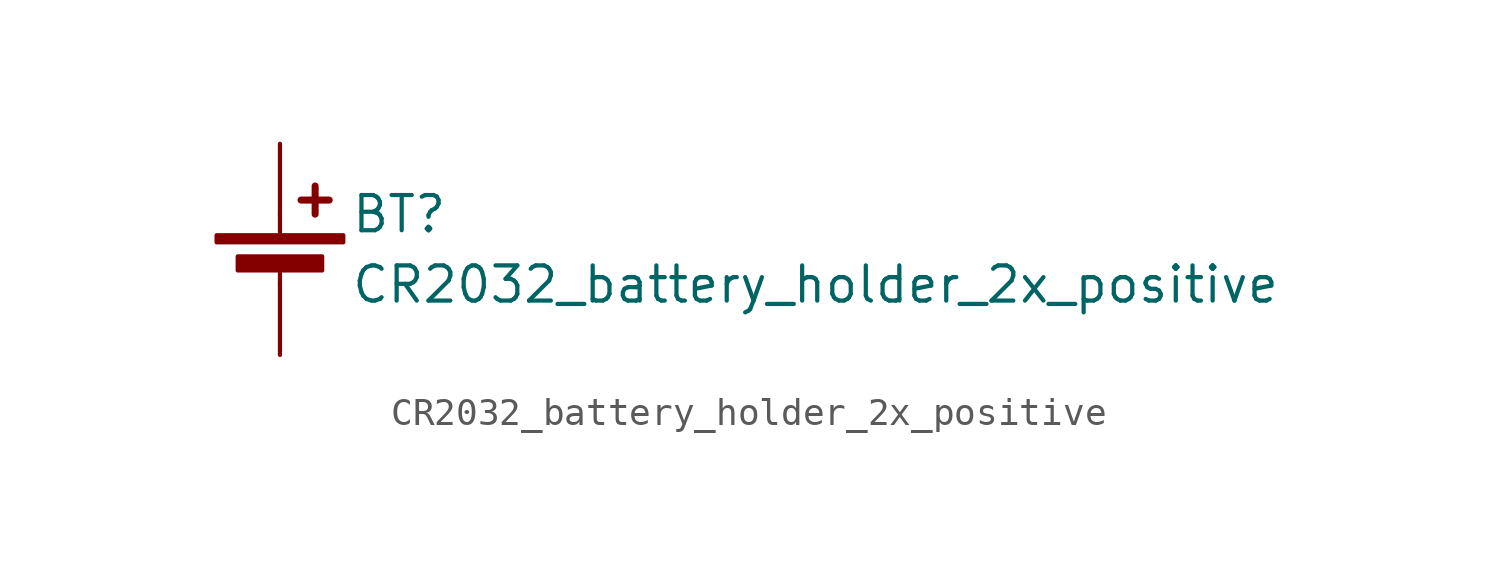
<source format=kicad_sym>
(kicad_symbol_lib
  (version 20231120)
  (generator "kicad_symbol_editor")
  (generator_version "8.0")
  (symbol "CR2032_battery_holder_2x_positive"
    (pin_numbers hide)
    (pin_names
      (offset 0) hide)
    (property "Reference" "BT"
      (at 2.54 2.54 0)
      (effects (font (size 1.27 1.27)) (justify left)))
    (property "Value" "CR2032_battery_holder_2x_positive"
      (at 2.54 0 0)
      (effects (font (size 1.27 1.27)) (justify left)))
    (symbol "CR2032_battery_holder_2x_positive_0_1"
      (rectangle (start -2.286 1.778) (end 2.286 1.524) (stroke (width 0) (type default)) (fill (type outline)))
      (rectangle (start -1.524 1.016) (end 1.524 0.508) (stroke (width 0) (type default)) (fill (type outline)))
      (polyline (pts (xy 0 0.762) (xy 0 0)) (stroke (width 0) (type default)) (fill (type none)))
      (polyline (pts (xy 0 1.778) (xy 0 2.54)) (stroke (width 0) (type default)) (fill (type none)))
      (polyline (pts (xy 0.762 3.048) (xy 1.778 3.048)) (stroke (width 0.254) (type default)) (fill (type none)))
      (polyline (pts (xy 1.27 3.556) (xy 1.27 2.54)) (stroke (width 0.254) (type default)) (fill (type none))))
    (symbol "CR2032_battery_holder_2x_positive_1_1"
      (pin passive line (at 0 5.08 270) (length 2.54) (name "+" (effects (font (size 1.27 1.27)))) (number "1" (effects (font (size 1.27 1.27)))))
      (pin passive line (at 0 5.08 270) (length 2.54) hide (name "+" (effects (font (size 1.27 1.27)))) (number "2" (effects (font (size 1.27 1.27)))))
      (pin passive line (at 0 -2.54 90) (length 2.54) (name "-" (effects (font (size 1.27 1.27)))) (number "3" (effects (font (size 1.27 1.27))))))))
</source>
